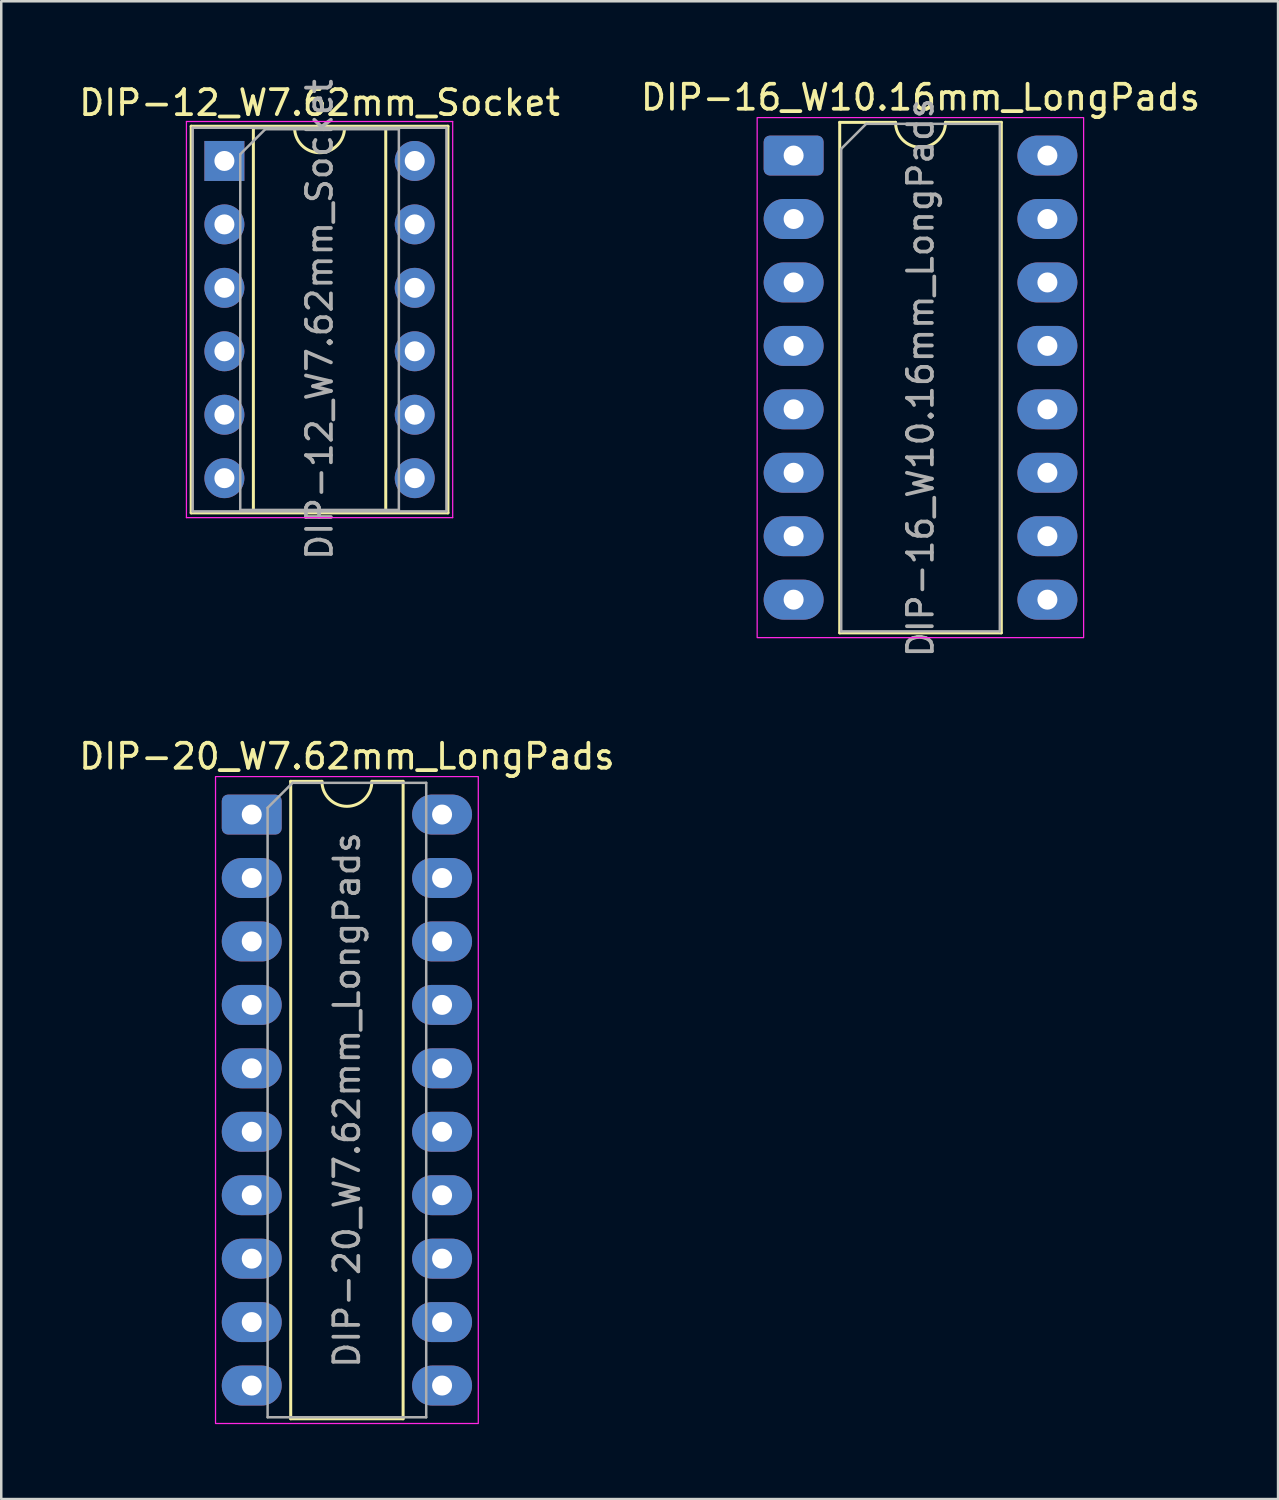
<source format=kicad_pcb>
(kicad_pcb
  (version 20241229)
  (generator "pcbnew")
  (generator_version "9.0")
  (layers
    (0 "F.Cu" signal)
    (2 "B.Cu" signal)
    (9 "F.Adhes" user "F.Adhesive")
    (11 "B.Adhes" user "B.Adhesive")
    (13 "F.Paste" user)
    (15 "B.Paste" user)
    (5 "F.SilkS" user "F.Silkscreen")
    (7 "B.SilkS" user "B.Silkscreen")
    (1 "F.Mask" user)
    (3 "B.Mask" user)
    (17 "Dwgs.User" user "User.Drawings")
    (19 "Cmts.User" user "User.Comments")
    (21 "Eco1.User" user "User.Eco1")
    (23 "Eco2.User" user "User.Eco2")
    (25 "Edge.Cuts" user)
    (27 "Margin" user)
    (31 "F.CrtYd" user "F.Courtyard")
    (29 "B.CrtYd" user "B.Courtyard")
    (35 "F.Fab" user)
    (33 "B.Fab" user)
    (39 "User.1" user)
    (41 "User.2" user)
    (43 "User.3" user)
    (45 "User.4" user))
  (footprint "DIP-12_W7.62mm_Socket"
    (layer "F.Cu")
    (at 5.934 3.394)
    (property "Reference" "DIP-12_W7.62mm_Socket" (at 3.81 -2.33 0) (layer "F.SilkS") (effects (font (size 1 1) (thickness 0.15))))
    (attr through_hole)
    (fp_line (start -1.33 -1.39) (end -1.33 14.09) (stroke (width 0.12) (type solid)) (layer "F.SilkS"))
    (fp_line (start -1.33 14.09) (end 8.95 14.09) (stroke (width 0.12) (type solid)) (layer "F.SilkS"))
    (fp_line (start 1.16 -1.33) (end 1.16 14.03) (stroke (width 0.12) (type solid)) (layer "F.SilkS"))
    (fp_line (start 1.16 14.03) (end 6.46 14.03) (stroke (width 0.12) (type solid)) (layer "F.SilkS"))
    (fp_line (start 2.81 -1.33) (end 1.16 -1.33) (stroke (width 0.12) (type solid)) (layer "F.SilkS"))
    (fp_line (start 6.46 -1.33) (end 4.81 -1.33) (stroke (width 0.12) (type solid)) (layer "F.SilkS"))
    (fp_line (start 6.46 14.03) (end 6.46 -1.33) (stroke (width 0.12) (type solid)) (layer "F.SilkS"))
    (fp_line (start 8.95 -1.39) (end -1.33 -1.39) (stroke (width 0.12) (type solid)) (layer "F.SilkS"))
    (fp_line (start 8.95 14.09) (end 8.95 -1.39) (stroke (width 0.12) (type solid)) (layer "F.SilkS"))
    (fp_arc (start 4.81 -1.33) (mid 3.81 -0.33) (end 2.81 -1.33) (stroke (width 0.12) (type solid)) (layer "F.SilkS"))
    (fp_line (start -1.52 -1.58) (end -1.52 14.28) (stroke (width 0.05) (type solid)) (layer "F.CrtYd"))
    (fp_line (start -1.52 14.28) (end 9.14 14.28) (stroke (width 0.05) (type solid)) (layer "F.CrtYd"))
    (fp_line (start 9.14 -1.58) (end -1.52 -1.58) (stroke (width 0.05) (type solid)) (layer "F.CrtYd"))
    (fp_line (start 9.14 14.28) (end 9.14 -1.58) (stroke (width 0.05) (type solid)) (layer "F.CrtYd"))
    (fp_line (start -1.27 -1.33) (end -1.27 14.03) (stroke (width 0.1) (type solid)) (layer "F.Fab"))
    (fp_line (start -1.27 14.03) (end 8.89 14.03) (stroke (width 0.1) (type solid)) (layer "F.Fab"))
    (fp_line (start 0.635 -0.27) (end 1.635 -1.27) (stroke (width 0.1) (type solid)) (layer "F.Fab"))
    (fp_line (start 0.635 13.97) (end 0.635 -0.27) (stroke (width 0.1) (type solid)) (layer "F.Fab"))
    (fp_line (start 1.635 -1.27) (end 6.985 -1.27) (stroke (width 0.1) (type solid)) (layer "F.Fab"))
    (fp_line (start 6.985 -1.27) (end 6.985 13.97) (stroke (width 0.1) (type solid)) (layer "F.Fab"))
    (fp_line (start 6.985 13.97) (end 0.635 13.97) (stroke (width 0.1) (type solid)) (layer "F.Fab"))
    (fp_line (start 8.89 -1.33) (end -1.27 -1.33) (stroke (width 0.1) (type solid)) (layer "F.Fab"))
    (fp_line (start 8.89 14.03) (end 8.89 -1.33) (stroke (width 0.1) (type solid)) (layer "F.Fab"))
    (fp_text user "${REFERENCE}" (at 3.81 6.35 90) (layer "F.Fab") (effects (font (size 1 1) (thickness 0.15))))
    (pad "1" thru_hole rect (at 0 0) (size 1.6 1.6) (drill 0.8) (layers "*.Cu" "*.Mask"))
    (pad "2" thru_hole circle (at 0 2.54) (size 1.6 1.6) (drill 0.8) (layers "*.Cu" "*.Mask"))
    (pad "3" thru_hole circle (at 0 5.08) (size 1.6 1.6) (drill 0.8) (layers "*.Cu" "*.Mask"))
    (pad "4" thru_hole circle (at 0 7.62) (size 1.6 1.6) (drill 0.8) (layers "*.Cu" "*.Mask"))
    (pad "5" thru_hole circle (at 0 10.16) (size 1.6 1.6) (drill 0.8) (layers "*.Cu" "*.Mask"))
    (pad "6" thru_hole circle (at 0 12.7) (size 1.6 1.6) (drill 0.8) (layers "*.Cu" "*.Mask"))
    (pad "7" thru_hole circle (at 7.62 12.7) (size 1.6 1.6) (drill 0.8) (layers "*.Cu" "*.Mask"))
    (pad "8" thru_hole circle (at 7.62 10.16) (size 1.6 1.6) (drill 0.8) (layers "*.Cu" "*.Mask"))
    (pad "9" thru_hole circle (at 7.62 7.62) (size 1.6 1.6) (drill 0.8) (layers "*.Cu" "*.Mask"))
    (pad "10" thru_hole circle (at 7.62 5.08) (size 1.6 1.6) (drill 0.8) (layers "*.Cu" "*.Mask"))
    (pad "11" thru_hole circle (at 7.62 2.54) (size 1.6 1.6) (drill 0.8) (layers "*.Cu" "*.Mask"))
    (pad "12" thru_hole circle (at 7.62 0) (size 1.6 1.6) (drill 0.8) (layers "*.Cu" "*.Mask")))
  (footprint "DIP-20_W7.62mm_LongPads"
    (layer "F.Cu")
    (at 7.029 29.562)
    (property "Reference" "DIP-20_W7.62mm_LongPads" (at 3.81 -2.33 0) (layer "F.SilkS") (effects (font (size 1 1) (thickness 0.15))))
    (attr through_hole)
    (fp_line (start 1.56 -1.33) (end 1.56 24.19) (stroke (width 0.12) (type solid)) (layer "F.SilkS"))
    (fp_line (start 1.56 24.19) (end 6.06 24.19) (stroke (width 0.12) (type solid)) (layer "F.SilkS"))
    (fp_line (start 2.81 -1.33) (end 1.56 -1.33) (stroke (width 0.12) (type solid)) (layer "F.SilkS"))
    (fp_line (start 6.06 -1.33) (end 4.81 -1.33) (stroke (width 0.12) (type solid)) (layer "F.SilkS"))
    (fp_line (start 6.06 24.19) (end 6.06 -1.33) (stroke (width 0.12) (type solid)) (layer "F.SilkS"))
    (fp_arc (start 4.81 -1.33) (mid 3.81 -0.33) (end 2.81 -1.33) (stroke (width 0.12) (type solid)) (layer "F.SilkS"))
    (fp_rect (start -1.45 -1.52) (end 9.07 24.38) (stroke (width 0.05) (type solid)) (fill no) (layer "F.CrtYd"))
    (fp_line (start 0.635 -0.27) (end 1.635 -1.27) (stroke (width 0.1) (type solid)) (layer "F.Fab"))
    (fp_line (start 0.635 24.13) (end 0.635 -0.27) (stroke (width 0.1) (type solid)) (layer "F.Fab"))
    (fp_line (start 1.635 -1.27) (end 6.985 -1.27) (stroke (width 0.1) (type solid)) (layer "F.Fab"))
    (fp_line (start 6.985 -1.27) (end 6.985 24.13) (stroke (width 0.1) (type solid)) (layer "F.Fab"))
    (fp_line (start 6.985 24.13) (end 0.635 24.13) (stroke (width 0.1) (type solid)) (layer "F.Fab"))
    (fp_text user "${REFERENCE}" (at 3.81 11.43 90) (layer "F.Fab") (effects (font (size 1 1) (thickness 0.15))))
    (pad "1" thru_hole roundrect (at 0 0) (size 2.4 1.6) (drill 0.8) (layers "*.Cu" "*.Mask") (roundrect_rratio 0.156))
    (pad "2" thru_hole oval (at 0 2.54) (size 2.4 1.6) (drill 0.8) (layers "*.Cu" "*.Mask"))
    (pad "3" thru_hole oval (at 0 5.08) (size 2.4 1.6) (drill 0.8) (layers "*.Cu" "*.Mask"))
    (pad "4" thru_hole oval (at 0 7.62) (size 2.4 1.6) (drill 0.8) (layers "*.Cu" "*.Mask"))
    (pad "5" thru_hole oval (at 0 10.16) (size 2.4 1.6) (drill 0.8) (layers "*.Cu" "*.Mask"))
    (pad "6" thru_hole oval (at 0 12.7) (size 2.4 1.6) (drill 0.8) (layers "*.Cu" "*.Mask"))
    (pad "7" thru_hole oval (at 0 15.24) (size 2.4 1.6) (drill 0.8) (layers "*.Cu" "*.Mask"))
    (pad "8" thru_hole oval (at 0 17.78) (size 2.4 1.6) (drill 0.8) (layers "*.Cu" "*.Mask"))
    (pad "9" thru_hole oval (at 0 20.32) (size 2.4 1.6) (drill 0.8) (layers "*.Cu" "*.Mask"))
    (pad "10" thru_hole oval (at 0 22.86) (size 2.4 1.6) (drill 0.8) (layers "*.Cu" "*.Mask"))
    (pad "11" thru_hole oval (at 7.62 22.86) (size 2.4 1.6) (drill 0.8) (layers "*.Cu" "*.Mask"))
    (pad "12" thru_hole oval (at 7.62 20.32) (size 2.4 1.6) (drill 0.8) (layers "*.Cu" "*.Mask"))
    (pad "13" thru_hole oval (at 7.62 17.78) (size 2.4 1.6) (drill 0.8) (layers "*.Cu" "*.Mask"))
    (pad "14" thru_hole oval (at 7.62 15.24) (size 2.4 1.6) (drill 0.8) (layers "*.Cu" "*.Mask"))
    (pad "15" thru_hole oval (at 7.62 12.7) (size 2.4 1.6) (drill 0.8) (layers "*.Cu" "*.Mask"))
    (pad "16" thru_hole oval (at 7.62 10.16) (size 2.4 1.6) (drill 0.8) (layers "*.Cu" "*.Mask"))
    (pad "17" thru_hole oval (at 7.62 7.62) (size 2.4 1.6) (drill 0.8) (layers "*.Cu" "*.Mask"))
    (pad "18" thru_hole oval (at 7.62 5.08) (size 2.4 1.6) (drill 0.8) (layers "*.Cu" "*.Mask"))
    (pad "19" thru_hole oval (at 7.62 2.54) (size 2.4 1.6) (drill 0.8) (layers "*.Cu" "*.Mask"))
    (pad "20" thru_hole oval (at 7.62 0) (size 2.4 1.6) (drill 0.8) (layers "*.Cu" "*.Mask")))
  (footprint "DIP-16_W10.16mm_LongPads"
    (layer "F.Cu")
    (at 28.724 3.178)
    (property "Reference" "DIP-16_W10.16mm_LongPads" (at 5.08 -2.33 0) (layer "F.SilkS") (effects (font (size 1 1) (thickness 0.15))))
    (attr through_hole)
    (fp_line (start 1.845 -1.33) (end 1.845 19.11) (stroke (width 0.12) (type solid)) (layer "F.SilkS"))
    (fp_line (start 1.845 19.11) (end 8.315 19.11) (stroke (width 0.12) (type solid)) (layer "F.SilkS"))
    (fp_line (start 4.08 -1.33) (end 1.845 -1.33) (stroke (width 0.12) (type solid)) (layer "F.SilkS"))
    (fp_line (start 8.315 -1.33) (end 6.08 -1.33) (stroke (width 0.12) (type solid)) (layer "F.SilkS"))
    (fp_line (start 8.315 19.11) (end 8.315 -1.33) (stroke (width 0.12) (type solid)) (layer "F.SilkS"))
    (fp_arc (start 6.08 -1.33) (mid 5.08 -0.33) (end 4.08 -1.33) (stroke (width 0.12) (type solid)) (layer "F.SilkS"))
    (fp_rect (start -1.46 -1.52) (end 11.61 19.3) (stroke (width 0.05) (type solid)) (fill no) (layer "F.CrtYd"))
    (fp_line (start 1.905 -0.27) (end 2.905 -1.27) (stroke (width 0.1) (type solid)) (layer "F.Fab"))
    (fp_line (start 1.905 19.05) (end 1.905 -0.27) (stroke (width 0.1) (type solid)) (layer "F.Fab"))
    (fp_line (start 2.905 -1.27) (end 8.255 -1.27) (stroke (width 0.1) (type solid)) (layer "F.Fab"))
    (fp_line (start 8.255 -1.27) (end 8.255 19.05) (stroke (width 0.1) (type solid)) (layer "F.Fab"))
    (fp_line (start 8.255 19.05) (end 1.905 19.05) (stroke (width 0.1) (type solid)) (layer "F.Fab"))
    (fp_text user "${REFERENCE}" (at 5.08 8.89 90) (layer "F.Fab") (effects (font (size 1 1) (thickness 0.15))))
    (pad "1" thru_hole roundrect (at 0 0) (size 2.4 1.6) (drill 0.8) (layers "*.Cu" "*.Mask") (roundrect_rratio 0.156))
    (pad "2" thru_hole oval (at 0 2.54) (size 2.4 1.6) (drill 0.8) (layers "*.Cu" "*.Mask"))
    (pad "3" thru_hole oval (at 0 5.08) (size 2.4 1.6) (drill 0.8) (layers "*.Cu" "*.Mask"))
    (pad "4" thru_hole oval (at 0 7.62) (size 2.4 1.6) (drill 0.8) (layers "*.Cu" "*.Mask"))
    (pad "5" thru_hole oval (at 0 10.16) (size 2.4 1.6) (drill 0.8) (layers "*.Cu" "*.Mask"))
    (pad "6" thru_hole oval (at 0 12.7) (size 2.4 1.6) (drill 0.8) (layers "*.Cu" "*.Mask"))
    (pad "7" thru_hole oval (at 0 15.24) (size 2.4 1.6) (drill 0.8) (layers "*.Cu" "*.Mask"))
    (pad "8" thru_hole oval (at 0 17.78) (size 2.4 1.6) (drill 0.8) (layers "*.Cu" "*.Mask"))
    (pad "9" thru_hole oval (at 10.16 17.78) (size 2.4 1.6) (drill 0.8) (layers "*.Cu" "*.Mask"))
    (pad "10" thru_hole oval (at 10.16 15.24) (size 2.4 1.6) (drill 0.8) (layers "*.Cu" "*.Mask"))
    (pad "11" thru_hole oval (at 10.16 12.7) (size 2.4 1.6) (drill 0.8) (layers "*.Cu" "*.Mask"))
    (pad "12" thru_hole oval (at 10.16 10.16) (size 2.4 1.6) (drill 0.8) (layers "*.Cu" "*.Mask"))
    (pad "13" thru_hole oval (at 10.16 7.62) (size 2.4 1.6) (drill 0.8) (layers "*.Cu" "*.Mask"))
    (pad "14" thru_hole oval (at 10.16 5.08) (size 2.4 1.6) (drill 0.8) (layers "*.Cu" "*.Mask"))
    (pad "15" thru_hole oval (at 10.16 2.54) (size 2.4 1.6) (drill 0.8) (layers "*.Cu" "*.Mask"))
    (pad "16" thru_hole oval (at 10.16 0) (size 2.4 1.6) (drill 0.8) (layers "*.Cu" "*.Mask")))
  (gr_rect
    (start -3 -3)
    (end 48.119 56.967)
    (stroke (width 0.1) (type default))
    (fill no)
    (layer "Edge.Cuts")))
</source>
